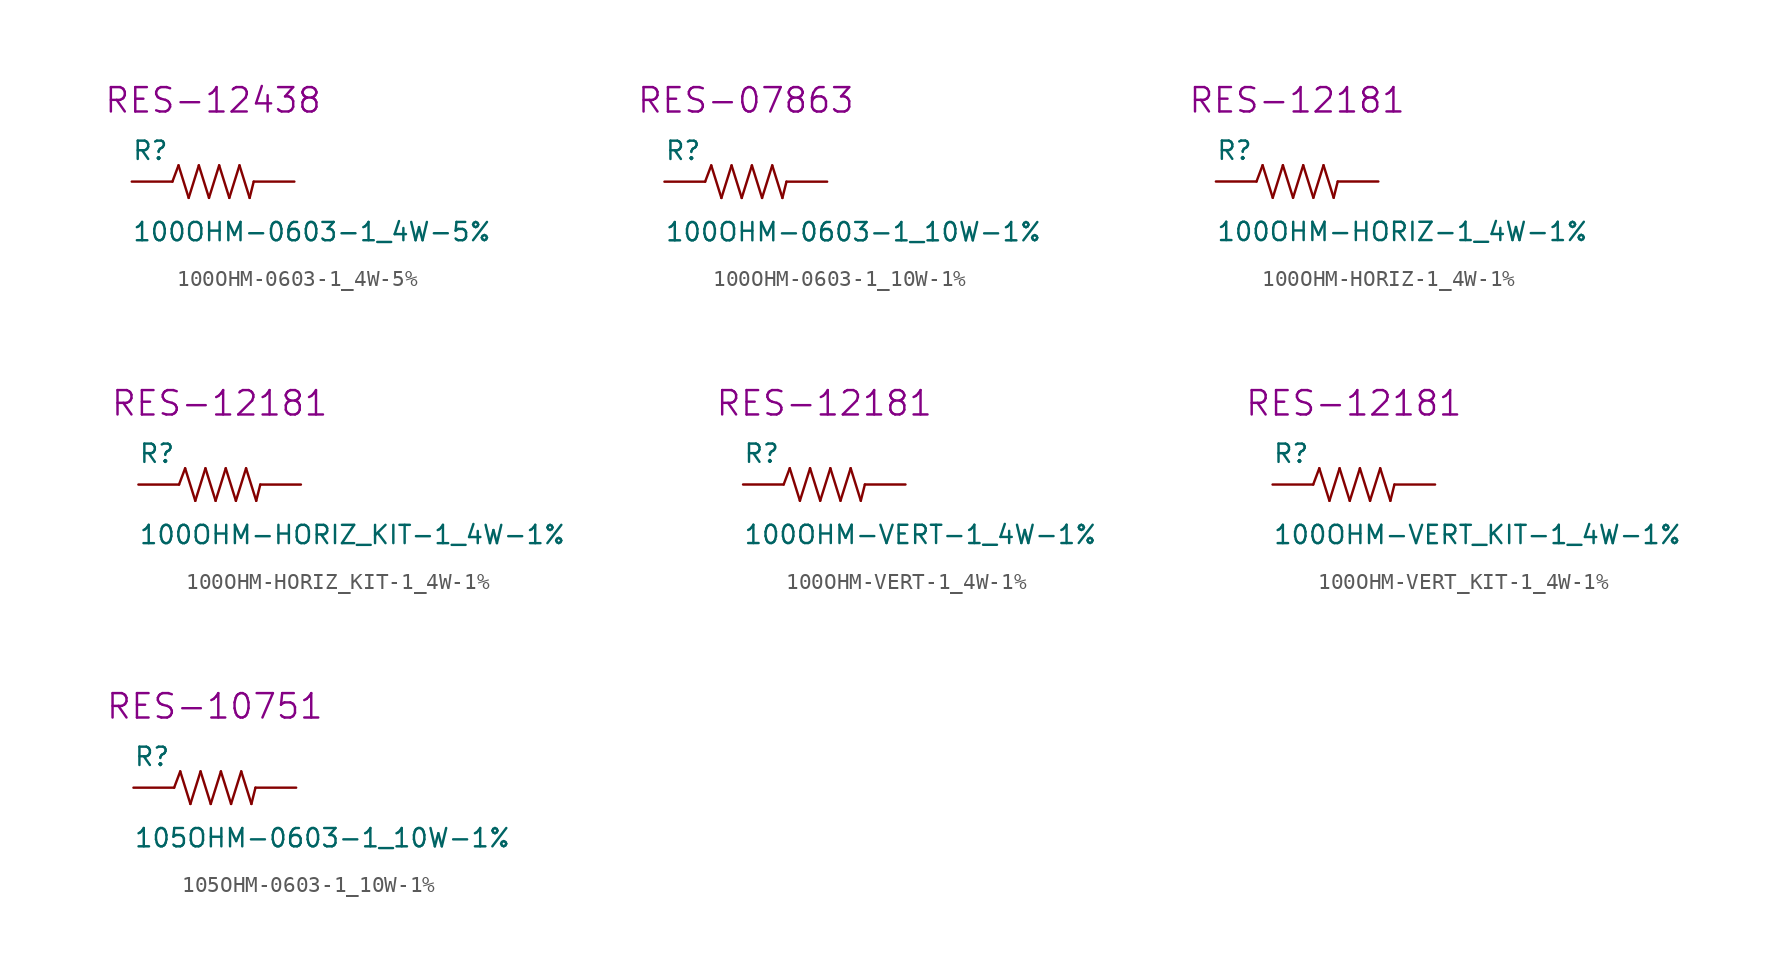
<source format=kicad_sym>
(kicad_symbol_lib
  (version 20220914)
  (generator kicad_symbol_editor)
  (symbol "100OHM-0603-1_4W-5%"
    (pin_numbers hide)
    (pin_names
      (offset 1.016) hide)
    (property "Reference" "R"
      (at -5.08 1.27 0)
      (effects (font (size 1.143 1.143)) (justify left bottom)))
    (property "Value" "100OHM-0603-1_4W-5%"
      (at -5.08 -3.81 0)
      (effects (font (size 1.143 1.143)) (justify left bottom)))
    (property "Field4" "RES-12438"
      (at 0 5.08 0)
      (effects (font (size 1.524 1.524))))
    (property "ki_locked" ""
      (at 0 0 0)
      (effects (font (size 1.27 1.27))))
    (symbol "100OHM-0603-1_4W-5%_1_0"
      (polyline (pts (xy -2.54 0) (xy -2.159 1.016)) (stroke (width 0) (type solid)) (fill (type none)))
      (polyline (pts (xy -2.159 1.016) (xy -1.524 -1.016)) (stroke (width 0) (type solid)) (fill (type none)))
      (polyline (pts (xy -1.524 -1.016) (xy -0.889 1.016)) (stroke (width 0) (type solid)) (fill (type none)))
      (polyline (pts (xy -0.889 1.016) (xy -0.254 -1.016)) (stroke (width 0) (type solid)) (fill (type none)))
      (polyline (pts (xy -0.254 -1.016) (xy 0.381 1.016)) (stroke (width 0) (type solid)) (fill (type none)))
      (polyline (pts (xy 0.381 1.016) (xy 1.016 -1.016)) (stroke (width 0) (type solid)) (fill (type none)))
      (polyline (pts (xy 1.016 -1.016) (xy 1.651 1.016)) (stroke (width 0) (type solid)) (fill (type none)))
      (polyline (pts (xy 1.651 1.016) (xy 2.286 -1.016)) (stroke (width 0) (type solid)) (fill (type none)))
      (polyline (pts (xy 2.286 -1.016) (xy 2.54 0)) (stroke (width 0) (type solid)) (fill (type none))))
    (symbol "100OHM-0603-1_4W-5%_1_1"
      (pin passive line (at -5.08 0 0) (length 2.54) (name "1" (effects (font (size 1.016 1.016)))) (number "1" (effects (font (size 1.016 1.016)))))
      (pin passive line (at 5.08 0 180) (length 2.54) (name "2" (effects (font (size 1.016 1.016)))) (number "2" (effects (font (size 1.016 1.016)))))))
  (symbol "100OHM-0603-1_10W-1%"
    (pin_numbers hide)
    (pin_names
      (offset 1.016) hide)
    (property "Reference" "R"
      (at -5.08 1.27 0)
      (effects (font (size 1.143 1.143)) (justify left bottom)))
    (property "Value" "100OHM-0603-1_10W-1%"
      (at -5.08 -3.81 0)
      (effects (font (size 1.143 1.143)) (justify left bottom)))
    (property "Field4" "RES-07863"
      (at 0 5.08 0)
      (effects (font (size 1.524 1.524))))
    (property "ki_locked" ""
      (at 0 0 0)
      (effects (font (size 1.27 1.27))))
    (symbol "100OHM-0603-1_10W-1%_1_0"
      (polyline (pts (xy -2.54 0) (xy -2.159 1.016)) (stroke (width 0) (type solid)) (fill (type none)))
      (polyline (pts (xy -2.159 1.016) (xy -1.524 -1.016)) (stroke (width 0) (type solid)) (fill (type none)))
      (polyline (pts (xy -1.524 -1.016) (xy -0.889 1.016)) (stroke (width 0) (type solid)) (fill (type none)))
      (polyline (pts (xy -0.889 1.016) (xy -0.254 -1.016)) (stroke (width 0) (type solid)) (fill (type none)))
      (polyline (pts (xy -0.254 -1.016) (xy 0.381 1.016)) (stroke (width 0) (type solid)) (fill (type none)))
      (polyline (pts (xy 0.381 1.016) (xy 1.016 -1.016)) (stroke (width 0) (type solid)) (fill (type none)))
      (polyline (pts (xy 1.016 -1.016) (xy 1.651 1.016)) (stroke (width 0) (type solid)) (fill (type none)))
      (polyline (pts (xy 1.651 1.016) (xy 2.286 -1.016)) (stroke (width 0) (type solid)) (fill (type none)))
      (polyline (pts (xy 2.286 -1.016) (xy 2.54 0)) (stroke (width 0) (type solid)) (fill (type none))))
    (symbol "100OHM-0603-1_10W-1%_1_1"
      (pin passive line (at -5.08 0 0) (length 2.54) (name "1" (effects (font (size 1.016 1.016)))) (number "1" (effects (font (size 1.016 1.016)))))
      (pin passive line (at 5.08 0 180) (length 2.54) (name "2" (effects (font (size 1.016 1.016)))) (number "2" (effects (font (size 1.016 1.016)))))))
  (symbol "100OHM-HORIZ-1_4W-1%"
    (pin_numbers hide)
    (pin_names
      (offset 1.016) hide)
    (property "Reference" "R"
      (at -5.08 1.27 0)
      (effects (font (size 1.143 1.143)) (justify left bottom)))
    (property "Value" "100OHM-HORIZ-1_4W-1%"
      (at -5.08 -3.81 0)
      (effects (font (size 1.143 1.143)) (justify left bottom)))
    (property "Field4" "RES-12181"
      (at 0 5.08 0)
      (effects (font (size 1.524 1.524))))
    (property "ki_locked" ""
      (at 0 0 0)
      (effects (font (size 1.27 1.27))))
    (symbol "100OHM-HORIZ-1_4W-1%_1_0"
      (polyline (pts (xy -2.54 0) (xy -2.159 1.016)) (stroke (width 0) (type solid)) (fill (type none)))
      (polyline (pts (xy -2.159 1.016) (xy -1.524 -1.016)) (stroke (width 0) (type solid)) (fill (type none)))
      (polyline (pts (xy -1.524 -1.016) (xy -0.889 1.016)) (stroke (width 0) (type solid)) (fill (type none)))
      (polyline (pts (xy -0.889 1.016) (xy -0.254 -1.016)) (stroke (width 0) (type solid)) (fill (type none)))
      (polyline (pts (xy -0.254 -1.016) (xy 0.381 1.016)) (stroke (width 0) (type solid)) (fill (type none)))
      (polyline (pts (xy 0.381 1.016) (xy 1.016 -1.016)) (stroke (width 0) (type solid)) (fill (type none)))
      (polyline (pts (xy 1.016 -1.016) (xy 1.651 1.016)) (stroke (width 0) (type solid)) (fill (type none)))
      (polyline (pts (xy 1.651 1.016) (xy 2.286 -1.016)) (stroke (width 0) (type solid)) (fill (type none)))
      (polyline (pts (xy 2.286 -1.016) (xy 2.54 0)) (stroke (width 0) (type solid)) (fill (type none))))
    (symbol "100OHM-HORIZ-1_4W-1%_1_1"
      (pin passive line (at -5.08 0 0) (length 2.54) (name "1" (effects (font (size 1.016 1.016)))) (number "P$1" (effects (font (size 1.016 1.016)))))
      (pin passive line (at 5.08 0 180) (length 2.54) (name "2" (effects (font (size 1.016 1.016)))) (number "P$2" (effects (font (size 1.016 1.016)))))))
  (symbol "100OHM-HORIZ_KIT-1_4W-1%"
    (pin_numbers hide)
    (pin_names
      (offset 1.016) hide)
    (property "Reference" "R"
      (at -5.08 1.27 0)
      (effects (font (size 1.143 1.143)) (justify left bottom)))
    (property "Value" "100OHM-HORIZ_KIT-1_4W-1%"
      (at -5.08 -3.81 0)
      (effects (font (size 1.143 1.143)) (justify left bottom)))
    (property "Field4" "RES-12181"
      (at 0 5.08 0)
      (effects (font (size 1.524 1.524))))
    (property "ki_locked" ""
      (at 0 0 0)
      (effects (font (size 1.27 1.27))))
    (symbol "100OHM-HORIZ_KIT-1_4W-1%_1_0"
      (polyline (pts (xy -2.54 0) (xy -2.159 1.016)) (stroke (width 0) (type solid)) (fill (type none)))
      (polyline (pts (xy -2.159 1.016) (xy -1.524 -1.016)) (stroke (width 0) (type solid)) (fill (type none)))
      (polyline (pts (xy -1.524 -1.016) (xy -0.889 1.016)) (stroke (width 0) (type solid)) (fill (type none)))
      (polyline (pts (xy -0.889 1.016) (xy -0.254 -1.016)) (stroke (width 0) (type solid)) (fill (type none)))
      (polyline (pts (xy -0.254 -1.016) (xy 0.381 1.016)) (stroke (width 0) (type solid)) (fill (type none)))
      (polyline (pts (xy 0.381 1.016) (xy 1.016 -1.016)) (stroke (width 0) (type solid)) (fill (type none)))
      (polyline (pts (xy 1.016 -1.016) (xy 1.651 1.016)) (stroke (width 0) (type solid)) (fill (type none)))
      (polyline (pts (xy 1.651 1.016) (xy 2.286 -1.016)) (stroke (width 0) (type solid)) (fill (type none)))
      (polyline (pts (xy 2.286 -1.016) (xy 2.54 0)) (stroke (width 0) (type solid)) (fill (type none))))
    (symbol "100OHM-HORIZ_KIT-1_4W-1%_1_1"
      (pin passive line (at -5.08 0 0) (length 2.54) (name "1" (effects (font (size 1.016 1.016)))) (number "P$1" (effects (font (size 1.016 1.016)))))
      (pin passive line (at 5.08 0 180) (length 2.54) (name "2" (effects (font (size 1.016 1.016)))) (number "P$2" (effects (font (size 1.016 1.016)))))))
  (symbol "100OHM-VERT-1_4W-1%"
    (pin_numbers hide)
    (pin_names
      (offset 1.016) hide)
    (property "Reference" "R"
      (at -5.08 1.27 0)
      (effects (font (size 1.143 1.143)) (justify left bottom)))
    (property "Value" "100OHM-VERT-1_4W-1%"
      (at -5.08 -3.81 0)
      (effects (font (size 1.143 1.143)) (justify left bottom)))
    (property "Field4" "RES-12181"
      (at 0 5.08 0)
      (effects (font (size 1.524 1.524))))
    (property "ki_locked" ""
      (at 0 0 0)
      (effects (font (size 1.27 1.27))))
    (symbol "100OHM-VERT-1_4W-1%_1_0"
      (polyline (pts (xy -2.54 0) (xy -2.159 1.016)) (stroke (width 0) (type solid)) (fill (type none)))
      (polyline (pts (xy -2.159 1.016) (xy -1.524 -1.016)) (stroke (width 0) (type solid)) (fill (type none)))
      (polyline (pts (xy -1.524 -1.016) (xy -0.889 1.016)) (stroke (width 0) (type solid)) (fill (type none)))
      (polyline (pts (xy -0.889 1.016) (xy -0.254 -1.016)) (stroke (width 0) (type solid)) (fill (type none)))
      (polyline (pts (xy -0.254 -1.016) (xy 0.381 1.016)) (stroke (width 0) (type solid)) (fill (type none)))
      (polyline (pts (xy 0.381 1.016) (xy 1.016 -1.016)) (stroke (width 0) (type solid)) (fill (type none)))
      (polyline (pts (xy 1.016 -1.016) (xy 1.651 1.016)) (stroke (width 0) (type solid)) (fill (type none)))
      (polyline (pts (xy 1.651 1.016) (xy 2.286 -1.016)) (stroke (width 0) (type solid)) (fill (type none)))
      (polyline (pts (xy 2.286 -1.016) (xy 2.54 0)) (stroke (width 0) (type solid)) (fill (type none))))
    (symbol "100OHM-VERT-1_4W-1%_1_1"
      (pin passive line (at -5.08 0 0) (length 2.54) (name "1" (effects (font (size 1.016 1.016)))) (number "P$1" (effects (font (size 1.016 1.016)))))
      (pin passive line (at 5.08 0 180) (length 2.54) (name "2" (effects (font (size 1.016 1.016)))) (number "P$2" (effects (font (size 1.016 1.016)))))))
  (symbol "100OHM-VERT_KIT-1_4W-1%"
    (pin_numbers hide)
    (pin_names
      (offset 1.016) hide)
    (property "Reference" "R"
      (at -5.08 1.27 0)
      (effects (font (size 1.143 1.143)) (justify left bottom)))
    (property "Value" "100OHM-VERT_KIT-1_4W-1%"
      (at -5.08 -3.81 0)
      (effects (font (size 1.143 1.143)) (justify left bottom)))
    (property "Field4" "RES-12181"
      (at 0 5.08 0)
      (effects (font (size 1.524 1.524))))
    (property "ki_locked" ""
      (at 0 0 0)
      (effects (font (size 1.27 1.27))))
    (symbol "100OHM-VERT_KIT-1_4W-1%_1_0"
      (polyline (pts (xy -2.54 0) (xy -2.159 1.016)) (stroke (width 0) (type solid)) (fill (type none)))
      (polyline (pts (xy -2.159 1.016) (xy -1.524 -1.016)) (stroke (width 0) (type solid)) (fill (type none)))
      (polyline (pts (xy -1.524 -1.016) (xy -0.889 1.016)) (stroke (width 0) (type solid)) (fill (type none)))
      (polyline (pts (xy -0.889 1.016) (xy -0.254 -1.016)) (stroke (width 0) (type solid)) (fill (type none)))
      (polyline (pts (xy -0.254 -1.016) (xy 0.381 1.016)) (stroke (width 0) (type solid)) (fill (type none)))
      (polyline (pts (xy 0.381 1.016) (xy 1.016 -1.016)) (stroke (width 0) (type solid)) (fill (type none)))
      (polyline (pts (xy 1.016 -1.016) (xy 1.651 1.016)) (stroke (width 0) (type solid)) (fill (type none)))
      (polyline (pts (xy 1.651 1.016) (xy 2.286 -1.016)) (stroke (width 0) (type solid)) (fill (type none)))
      (polyline (pts (xy 2.286 -1.016) (xy 2.54 0)) (stroke (width 0) (type solid)) (fill (type none))))
    (symbol "100OHM-VERT_KIT-1_4W-1%_1_1"
      (pin passive line (at -5.08 0 0) (length 2.54) (name "1" (effects (font (size 1.016 1.016)))) (number "P$1" (effects (font (size 1.016 1.016)))))
      (pin passive line (at 5.08 0 180) (length 2.54) (name "2" (effects (font (size 1.016 1.016)))) (number "P$2" (effects (font (size 1.016 1.016)))))))
  (symbol "105OHM-0603-1_10W-1%"
    (pin_numbers hide)
    (pin_names
      (offset 1.016) hide)
    (property "Reference" "R"
      (at -5.08 1.27 0)
      (effects (font (size 1.143 1.143)) (justify left bottom)))
    (property "Value" "105OHM-0603-1_10W-1%"
      (at -5.08 -3.81 0)
      (effects (font (size 1.143 1.143)) (justify left bottom)))
    (property "Field4" "RES-10751"
      (at 0 5.08 0)
      (effects (font (size 1.524 1.524))))
    (property "ki_locked" ""
      (at 0 0 0)
      (effects (font (size 1.27 1.27))))
    (symbol "105OHM-0603-1_10W-1%_1_0"
      (polyline (pts (xy -2.54 0) (xy -2.159 1.016)) (stroke (width 0) (type solid)) (fill (type none)))
      (polyline (pts (xy -2.159 1.016) (xy -1.524 -1.016)) (stroke (width 0) (type solid)) (fill (type none)))
      (polyline (pts (xy -1.524 -1.016) (xy -0.889 1.016)) (stroke (width 0) (type solid)) (fill (type none)))
      (polyline (pts (xy -0.889 1.016) (xy -0.254 -1.016)) (stroke (width 0) (type solid)) (fill (type none)))
      (polyline (pts (xy -0.254 -1.016) (xy 0.381 1.016)) (stroke (width 0) (type solid)) (fill (type none)))
      (polyline (pts (xy 0.381 1.016) (xy 1.016 -1.016)) (stroke (width 0) (type solid)) (fill (type none)))
      (polyline (pts (xy 1.016 -1.016) (xy 1.651 1.016)) (stroke (width 0) (type solid)) (fill (type none)))
      (polyline (pts (xy 1.651 1.016) (xy 2.286 -1.016)) (stroke (width 0) (type solid)) (fill (type none)))
      (polyline (pts (xy 2.286 -1.016) (xy 2.54 0)) (stroke (width 0) (type solid)) (fill (type none))))
    (symbol "105OHM-0603-1_10W-1%_1_1"
      (pin passive line (at -5.08 0 0) (length 2.54) (name "1" (effects (font (size 1.016 1.016)))) (number "1" (effects (font (size 1.016 1.016)))))
      (pin passive line (at 5.08 0 180) (length 2.54) (name "2" (effects (font (size 1.016 1.016)))) (number "2" (effects (font (size 1.016 1.016))))))))
</source>
